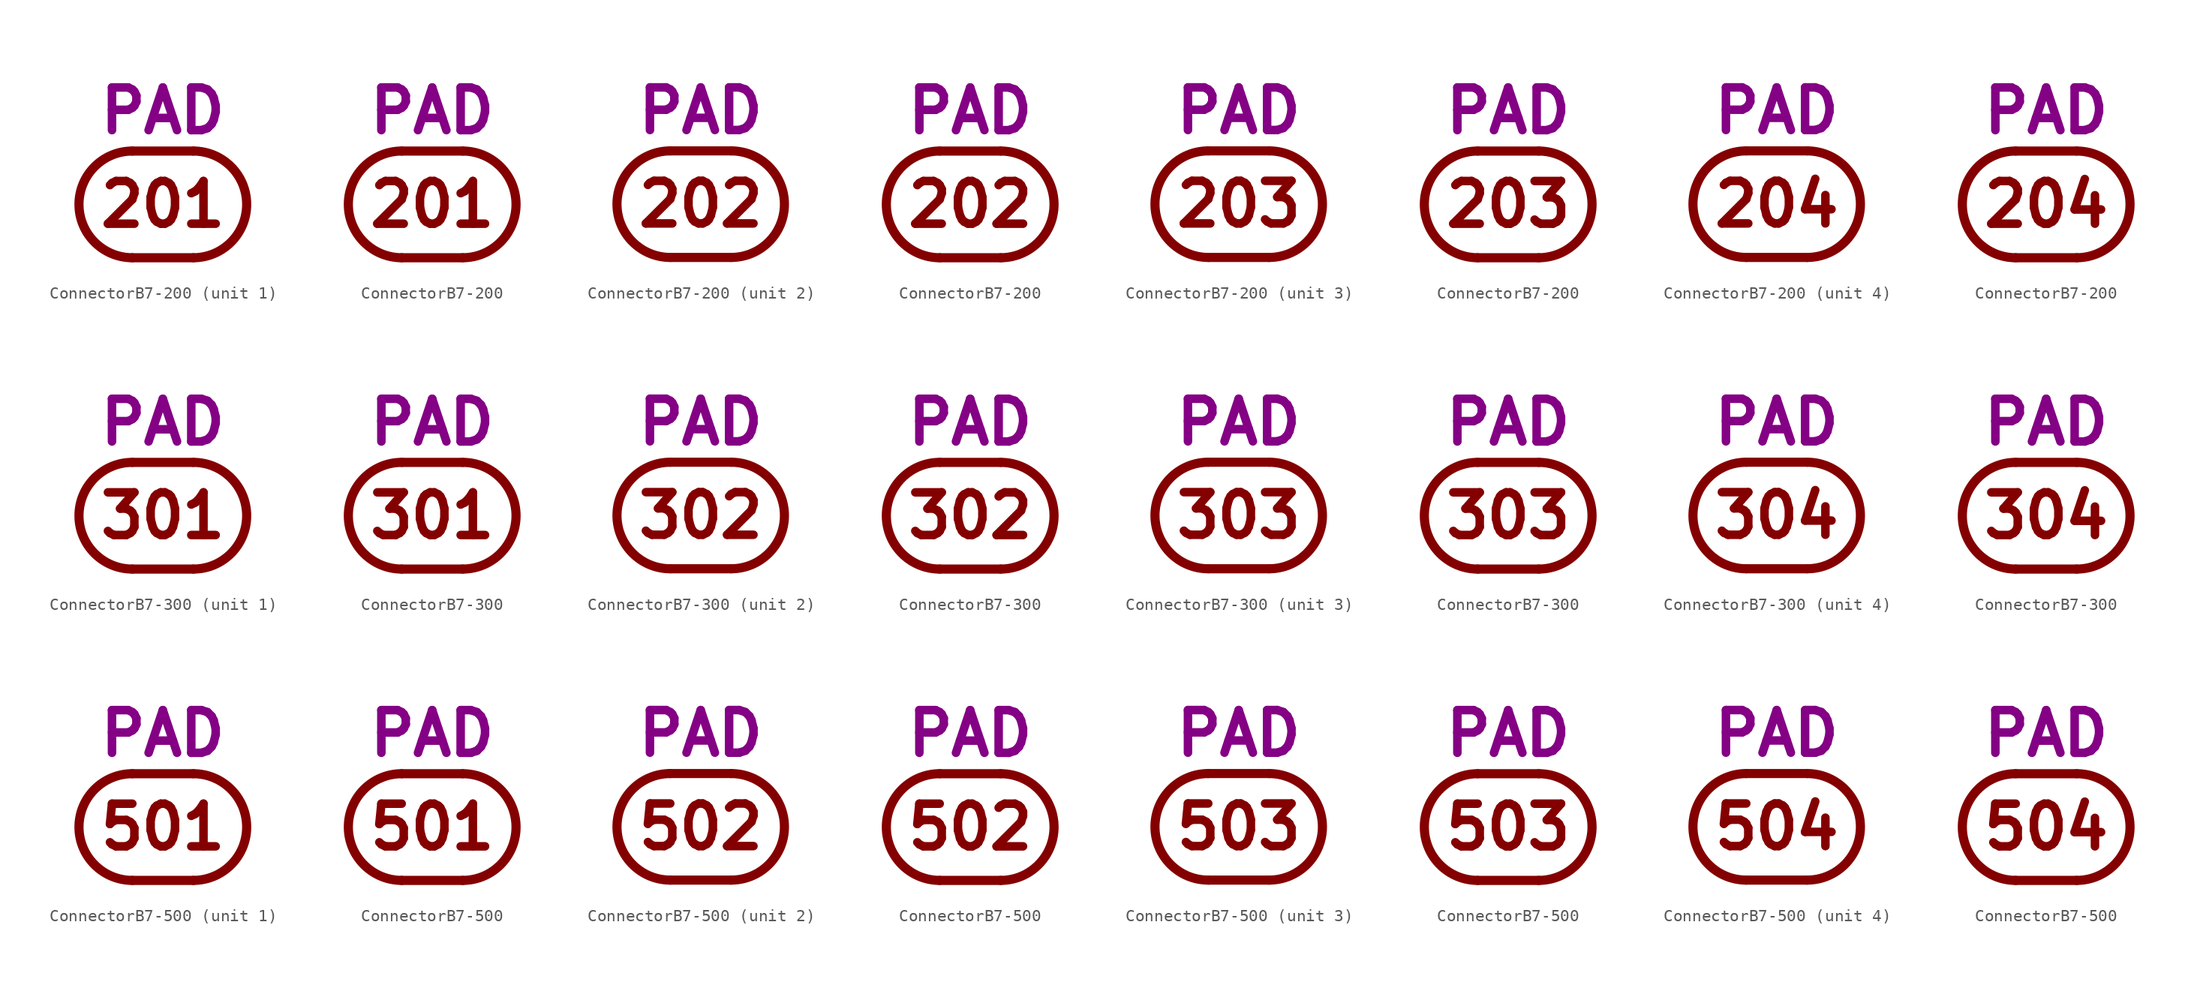
<source format=kicad_sym>
(kicad_symbol_lib
  (version 20211014)
  (generator kicad_symbol_editor)
  (symbol "ConnectorB7-200"
    (pin_numbers hide)
    (pin_names
      (offset 0) hide)
    (property "Reference" "J"
      (at 0 8.255 0)
      (effects (font (size 3.556 3.556)) hide))
    (property "Caption" "PAD"
      (at 0 5.715 0)
      (effects (font (size 3.556 3.556) bold) (justify bottom)))
    (property "ki_locked" ""
      (at 0 0 0)
      (effects (font (size 1.27 1.27))))
    (symbol "ConnectorB7-200_0_0"
      (arc (start -2.54 4.445) (mid -6.985 0) (end -2.54 -4.445) (stroke (width 0.762) (type default) (color 0 0 0 0)) (fill (type none)))
      (polyline (pts (xy -2.54 -4.445) (xy 2.54 -4.445)) (stroke (width 0.762) (type default) (color 0 0 0 0)) (fill (type none)))
      (polyline (pts (xy -2.54 4.445) (xy 2.54 4.445)) (stroke (width 0.762) (type default) (color 0 0 0 0)) (fill (type none)))
      (arc (start 2.54 -4.445) (mid 6.985 0) (end 2.54 4.445) (stroke (width 0.762) (type default) (color 0 0 0 0)) (fill (type none))))
    (symbol "ConnectorB7-200_1_0"
      (text "201" (at 0 0 0) (effects (font (size 3.556 3.556) bold))))
    (symbol "ConnectorB7-200_2_0"
      (text "202" (at 0 0 0) (effects (font (size 3.556 3.556) bold))))
    (symbol "ConnectorB7-200_2_1"
      (pin passive line (at 6.985 0 180) (length 0) (name "202" (effects (font (size 3.556 3.556)))) (number "202" (effects (font (size 3.556 3.556))))))
    (symbol "ConnectorB7-200_2_2"
      (pin passive line (at 0 4.445 270) (length 0) (name "202" (effects (font (size 3.556 3.556)))) (number "202" (effects (font (size 3.556 3.556))))))
    (symbol "ConnectorB7-200_3_0"
      (text "203" (at 0 0 0) (effects (font (size 3.556 3.556) bold))))
    (symbol "ConnectorB7-200_3_1"
      (pin passive line (at 6.985 0 180) (length 0) (name "203" (effects (font (size 3.556 3.556)))) (number "203" (effects (font (size 3.556 3.556))))))
    (symbol "ConnectorB7-200_3_2"
      (pin passive line (at 0 4.445 270) (length 0) (name "203" (effects (font (size 3.556 3.556)))) (number "203" (effects (font (size 3.556 3.556))))))
    (symbol "ConnectorB7-200_4_0"
      (text "204" (at 0 0 0) (effects (font (size 3.556 3.556) bold))))
    (symbol "ConnectorB7-200_4_1"
      (pin passive line (at 6.985 0 180) (length 0) (name "204" (effects (font (size 3.556 3.556)))) (number "204" (effects (font (size 3.556 3.556))))))
    (symbol "ConnectorB7-200_4_2"
      (pin passive line (at 0 4.445 270) (length 0) (name "204" (effects (font (size 3.556 3.556)))) (number "204" (effects (font (size 3.556 3.556)))))))
  (symbol "ConnectorB7-300"
    (pin_numbers hide)
    (pin_names
      (offset 0) hide)
    (property "Reference" "J"
      (at 0 8.255 0)
      (effects (font (size 3.556 3.556)) hide))
    (property "Caption" "PAD"
      (at 0 5.715 0)
      (effects (font (size 3.556 3.556) bold) (justify bottom)))
    (property "ki_locked" ""
      (at 0 0 0)
      (effects (font (size 1.27 1.27))))
    (symbol "ConnectorB7-300_0_0"
      (arc (start -2.54 4.445) (mid -6.985 0) (end -2.54 -4.445) (stroke (width 0.762) (type default) (color 0 0 0 0)) (fill (type none)))
      (polyline (pts (xy -2.54 -4.445) (xy 2.54 -4.445)) (stroke (width 0.762) (type default) (color 0 0 0 0)) (fill (type none)))
      (polyline (pts (xy -2.54 4.445) (xy 2.54 4.445)) (stroke (width 0.762) (type default) (color 0 0 0 0)) (fill (type none)))
      (arc (start 2.54 -4.445) (mid 6.985 0) (end 2.54 4.445) (stroke (width 0.762) (type default) (color 0 0 0 0)) (fill (type none))))
    (symbol "ConnectorB7-300_1_0"
      (text "301" (at 0 0 0) (effects (font (size 3.556 3.556) bold))))
    (symbol "ConnectorB7-300_2_0"
      (text "302" (at 0 0 0) (effects (font (size 3.556 3.556) bold))))
    (symbol "ConnectorB7-300_2_1"
      (pin passive line (at 6.985 0 180) (length 0) (name "302" (effects (font (size 3.556 3.556)))) (number "302" (effects (font (size 3.556 3.556))))))
    (symbol "ConnectorB7-300_2_2"
      (pin passive line (at 0 4.445 270) (length 0) (name "302" (effects (font (size 3.556 3.556)))) (number "302" (effects (font (size 3.556 3.556))))))
    (symbol "ConnectorB7-300_3_0"
      (text "303" (at 0 0 0) (effects (font (size 3.556 3.556) bold))))
    (symbol "ConnectorB7-300_3_1"
      (pin passive line (at 6.985 0 180) (length 0) (name "303" (effects (font (size 3.556 3.556)))) (number "303" (effects (font (size 3.556 3.556))))))
    (symbol "ConnectorB7-300_3_2"
      (pin passive line (at 0 4.445 270) (length 0) (name "303" (effects (font (size 3.556 3.556)))) (number "303" (effects (font (size 3.556 3.556))))))
    (symbol "ConnectorB7-300_4_0"
      (text "304" (at 0 0 0) (effects (font (size 3.556 3.556) bold))))
    (symbol "ConnectorB7-300_4_1"
      (pin passive line (at 6.985 0 180) (length 0) (name "304" (effects (font (size 3.556 3.556)))) (number "304" (effects (font (size 3.556 3.556))))))
    (symbol "ConnectorB7-300_4_2"
      (pin passive line (at 0 4.445 270) (length 0) (name "304" (effects (font (size 3.556 3.556)))) (number "304" (effects (font (size 3.556 3.556)))))))
  (symbol "ConnectorB7-500"
    (pin_numbers hide)
    (pin_names
      (offset 0) hide)
    (property "Reference" "J"
      (at 0 8.255 0)
      (effects (font (size 3.556 3.556)) hide))
    (property "Caption" "PAD"
      (at 0 5.715 0)
      (effects (font (size 3.556 3.556) bold) (justify bottom)))
    (property "ki_locked" ""
      (at 0 0 0)
      (effects (font (size 1.27 1.27))))
    (symbol "ConnectorB7-500_0_0"
      (arc (start -2.54 4.445) (mid -6.985 0) (end -2.54 -4.445) (stroke (width 0.762) (type default) (color 0 0 0 0)) (fill (type none)))
      (polyline (pts (xy -2.54 -4.445) (xy 2.54 -4.445)) (stroke (width 0.762) (type default) (color 0 0 0 0)) (fill (type none)))
      (polyline (pts (xy -2.54 4.445) (xy 2.54 4.445)) (stroke (width 0.762) (type default) (color 0 0 0 0)) (fill (type none)))
      (arc (start 2.54 -4.445) (mid 6.985 0) (end 2.54 4.445) (stroke (width 0.762) (type default) (color 0 0 0 0)) (fill (type none))))
    (symbol "ConnectorB7-500_1_0"
      (text "501" (at 0 0 0) (effects (font (size 3.556 3.556) bold))))
    (symbol "ConnectorB7-500_2_0"
      (text "502" (at 0 0 0) (effects (font (size 3.556 3.556) bold))))
    (symbol "ConnectorB7-500_2_1"
      (pin passive line (at 6.985 0 180) (length 0) (name "502" (effects (font (size 3.556 3.556)))) (number "502" (effects (font (size 3.556 3.556))))))
    (symbol "ConnectorB7-500_2_2"
      (pin passive line (at 0 4.445 270) (length 0) (name "502" (effects (font (size 3.556 3.556)))) (number "502" (effects (font (size 3.556 3.556))))))
    (symbol "ConnectorB7-500_3_0"
      (text "503" (at 0 0 0) (effects (font (size 3.556 3.556) bold))))
    (symbol "ConnectorB7-500_3_1"
      (pin passive line (at 6.985 0 180) (length 0) (name "503" (effects (font (size 3.556 3.556)))) (number "503" (effects (font (size 3.556 3.556))))))
    (symbol "ConnectorB7-500_3_2"
      (pin passive line (at 0 4.445 270) (length 0) (name "503" (effects (font (size 3.556 3.556)))) (number "503" (effects (font (size 3.556 3.556))))))
    (symbol "ConnectorB7-500_4_0"
      (text "504" (at 0 0 0) (effects (font (size 3.556 3.556) bold))))
    (symbol "ConnectorB7-500_4_1"
      (pin passive line (at 6.985 0 180) (length 0) (name "504" (effects (font (size 3.556 3.556)))) (number "504" (effects (font (size 3.556 3.556))))))
    (symbol "ConnectorB7-500_4_2"
      (pin passive line (at 0 4.445 270) (length 0) (name "504" (effects (font (size 3.556 3.556)))) (number "504" (effects (font (size 3.556 3.556))))))))
</source>
